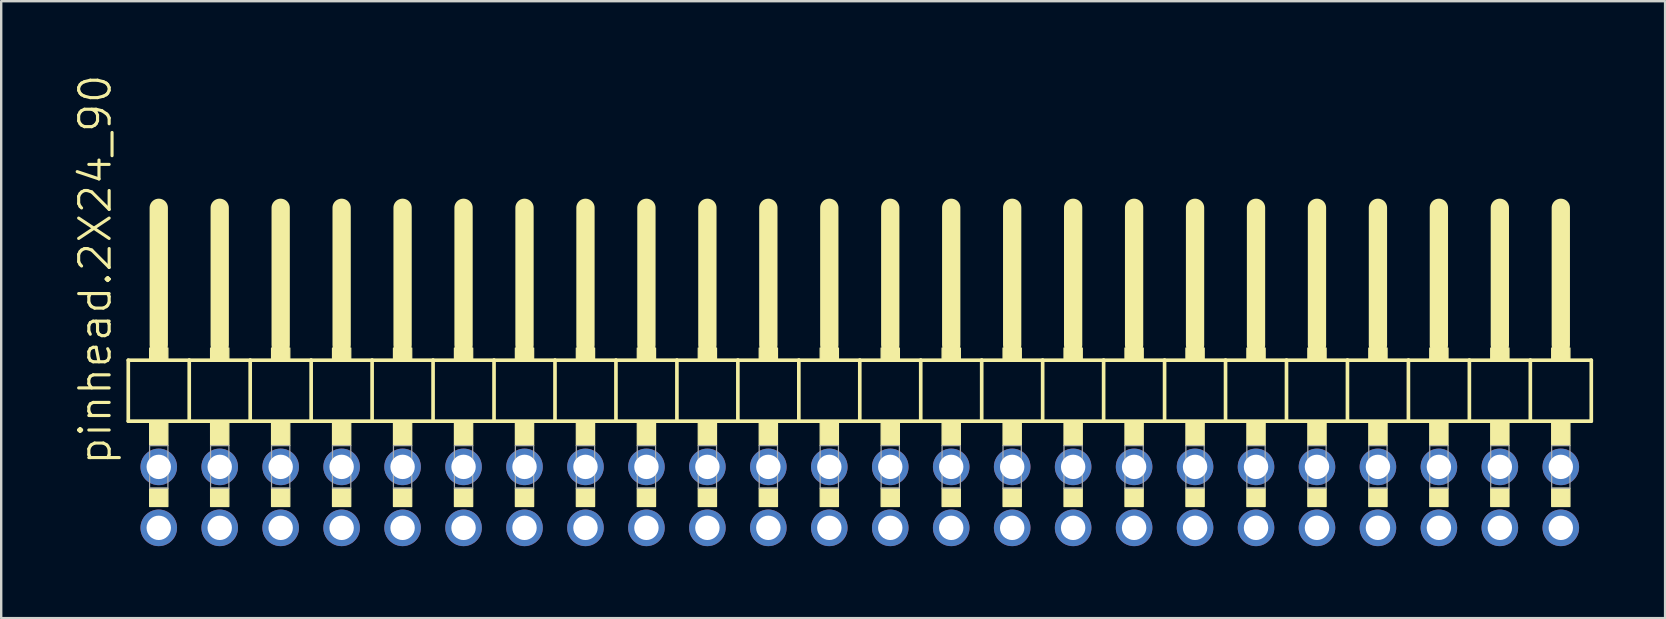
<source format=kicad_pcb>
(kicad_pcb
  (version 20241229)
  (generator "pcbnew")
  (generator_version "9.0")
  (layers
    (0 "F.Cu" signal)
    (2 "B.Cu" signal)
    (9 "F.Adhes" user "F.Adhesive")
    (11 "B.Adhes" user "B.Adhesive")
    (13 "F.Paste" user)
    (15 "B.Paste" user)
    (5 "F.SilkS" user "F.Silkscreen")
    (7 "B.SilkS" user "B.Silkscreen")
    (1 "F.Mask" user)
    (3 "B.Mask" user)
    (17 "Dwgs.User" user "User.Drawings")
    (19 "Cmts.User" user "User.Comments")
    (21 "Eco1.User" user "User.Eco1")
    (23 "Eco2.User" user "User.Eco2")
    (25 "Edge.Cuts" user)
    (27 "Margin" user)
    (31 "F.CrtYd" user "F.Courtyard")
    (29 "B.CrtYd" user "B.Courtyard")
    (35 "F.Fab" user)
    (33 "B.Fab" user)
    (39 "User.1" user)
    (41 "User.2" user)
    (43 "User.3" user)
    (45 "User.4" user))
  (footprint "pinhead.2X24_90"
    (layer "F.Cu")
    (at 32.775 12.594)
    (property "Reference" "pinhead.2X24_90" (at -31.115 3.81 90) (layer "F.SilkS") (effects (font (size 1.27 1.27) (thickness 0.13)) (justify left bottom)))
    (attr through_hole)
    (fp_line (start -30.48 -0.635) (end -30.48 1.905) (stroke (width 0.152) (type default)) (layer "F.SilkS"))
    (fp_line (start -30.48 1.905) (end -27.94 1.905) (stroke (width 0.152) (type default)) (layer "F.SilkS"))
    (fp_line (start -29.21 -6.985) (end -29.21 -1.27) (stroke (width 0.762) (type default)) (layer "F.SilkS"))
    (fp_line (start -27.94 -0.635) (end -30.48 -0.635) (stroke (width 0.152) (type default)) (layer "F.SilkS"))
    (fp_line (start -27.94 1.905) (end -27.94 -0.635) (stroke (width 0.152) (type default)) (layer "F.SilkS"))
    (fp_line (start -27.94 1.905) (end -25.4 1.905) (stroke (width 0.152) (type default)) (layer "F.SilkS"))
    (fp_line (start -26.67 -6.985) (end -26.67 -1.27) (stroke (width 0.762) (type default)) (layer "F.SilkS"))
    (fp_line (start -25.4 -0.635) (end -27.94 -0.635) (stroke (width 0.152) (type default)) (layer "F.SilkS"))
    (fp_line (start -25.4 1.905) (end -25.4 -0.635) (stroke (width 0.152) (type default)) (layer "F.SilkS"))
    (fp_line (start -25.4 1.905) (end -22.86 1.905) (stroke (width 0.152) (type default)) (layer "F.SilkS"))
    (fp_line (start -24.13 -6.985) (end -24.13 -1.27) (stroke (width 0.762) (type default)) (layer "F.SilkS"))
    (fp_line (start -22.86 -0.635) (end -25.4 -0.635) (stroke (width 0.152) (type default)) (layer "F.SilkS"))
    (fp_line (start -22.86 1.905) (end -22.86 -0.635) (stroke (width 0.152) (type default)) (layer "F.SilkS"))
    (fp_line (start -22.86 1.905) (end -20.32 1.905) (stroke (width 0.152) (type default)) (layer "F.SilkS"))
    (fp_line (start -21.59 -6.985) (end -21.59 -1.27) (stroke (width 0.762) (type default)) (layer "F.SilkS"))
    (fp_line (start -20.32 -0.635) (end -22.86 -0.635) (stroke (width 0.152) (type default)) (layer "F.SilkS"))
    (fp_line (start -20.32 1.905) (end -20.32 -0.635) (stroke (width 0.152) (type default)) (layer "F.SilkS"))
    (fp_line (start -20.32 1.905) (end -17.78 1.905) (stroke (width 0.152) (type default)) (layer "F.SilkS"))
    (fp_line (start -19.05 -6.985) (end -19.05 -1.27) (stroke (width 0.762) (type default)) (layer "F.SilkS"))
    (fp_line (start -17.78 -0.635) (end -20.32 -0.635) (stroke (width 0.152) (type default)) (layer "F.SilkS"))
    (fp_line (start -17.78 1.905) (end -17.78 -0.635) (stroke (width 0.152) (type default)) (layer "F.SilkS"))
    (fp_line (start -17.78 1.905) (end -15.24 1.905) (stroke (width 0.152) (type default)) (layer "F.SilkS"))
    (fp_line (start -16.51 -6.985) (end -16.51 -1.27) (stroke (width 0.762) (type default)) (layer "F.SilkS"))
    (fp_line (start -15.24 -0.635) (end -17.78 -0.635) (stroke (width 0.152) (type default)) (layer "F.SilkS"))
    (fp_line (start -15.24 1.905) (end -15.24 -0.635) (stroke (width 0.152) (type default)) (layer "F.SilkS"))
    (fp_line (start -15.24 1.905) (end -12.7 1.905) (stroke (width 0.152) (type default)) (layer "F.SilkS"))
    (fp_line (start -13.97 -6.985) (end -13.97 -1.27) (stroke (width 0.762) (type default)) (layer "F.SilkS"))
    (fp_line (start -12.7 -0.635) (end -15.24 -0.635) (stroke (width 0.152) (type default)) (layer "F.SilkS"))
    (fp_line (start -12.7 1.905) (end -12.7 -0.635) (stroke (width 0.152) (type default)) (layer "F.SilkS"))
    (fp_line (start -12.7 1.905) (end -10.16 1.905) (stroke (width 0.152) (type default)) (layer "F.SilkS"))
    (fp_line (start -11.43 -6.985) (end -11.43 -1.27) (stroke (width 0.762) (type default)) (layer "F.SilkS"))
    (fp_line (start -10.16 -0.635) (end -12.7 -0.635) (stroke (width 0.152) (type default)) (layer "F.SilkS"))
    (fp_line (start -10.16 1.905) (end -10.16 -0.635) (stroke (width 0.152) (type default)) (layer "F.SilkS"))
    (fp_line (start -10.16 1.905) (end -7.62 1.905) (stroke (width 0.152) (type default)) (layer "F.SilkS"))
    (fp_line (start -8.89 -6.985) (end -8.89 -1.27) (stroke (width 0.762) (type default)) (layer "F.SilkS"))
    (fp_line (start -7.62 -0.635) (end -10.16 -0.635) (stroke (width 0.152) (type default)) (layer "F.SilkS"))
    (fp_line (start -7.62 1.905) (end -7.62 -0.635) (stroke (width 0.152) (type default)) (layer "F.SilkS"))
    (fp_line (start -7.62 1.905) (end -5.08 1.905) (stroke (width 0.152) (type default)) (layer "F.SilkS"))
    (fp_line (start -6.35 -6.985) (end -6.35 -1.27) (stroke (width 0.762) (type default)) (layer "F.SilkS"))
    (fp_line (start -5.08 -0.635) (end -7.62 -0.635) (stroke (width 0.152) (type default)) (layer "F.SilkS"))
    (fp_line (start -5.08 1.905) (end -5.08 -0.635) (stroke (width 0.152) (type default)) (layer "F.SilkS"))
    (fp_line (start -5.08 1.905) (end -2.54 1.905) (stroke (width 0.152) (type default)) (layer "F.SilkS"))
    (fp_line (start -3.81 -6.985) (end -3.81 -1.27) (stroke (width 0.762) (type default)) (layer "F.SilkS"))
    (fp_line (start -2.54 -0.635) (end -5.08 -0.635) (stroke (width 0.152) (type default)) (layer "F.SilkS"))
    (fp_line (start -2.54 1.905) (end -2.54 -0.635) (stroke (width 0.152) (type default)) (layer "F.SilkS"))
    (fp_line (start -2.54 1.905) (end 0 1.905) (stroke (width 0.152) (type default)) (layer "F.SilkS"))
    (fp_line (start -1.27 -6.985) (end -1.27 -1.27) (stroke (width 0.762) (type default)) (layer "F.SilkS"))
    (fp_line (start 0 -0.635) (end -2.54 -0.635) (stroke (width 0.152) (type default)) (layer "F.SilkS"))
    (fp_line (start 0 1.905) (end 0 -0.635) (stroke (width 0.152) (type default)) (layer "F.SilkS"))
    (fp_line (start 0 1.905) (end 2.54 1.905) (stroke (width 0.152) (type default)) (layer "F.SilkS"))
    (fp_line (start 1.27 -6.985) (end 1.27 -1.27) (stroke (width 0.762) (type default)) (layer "F.SilkS"))
    (fp_line (start 2.54 -0.635) (end 0 -0.635) (stroke (width 0.152) (type default)) (layer "F.SilkS"))
    (fp_line (start 2.54 1.905) (end 2.54 -0.635) (stroke (width 0.152) (type default)) (layer "F.SilkS"))
    (fp_line (start 2.54 1.905) (end 5.08 1.905) (stroke (width 0.152) (type default)) (layer "F.SilkS"))
    (fp_line (start 3.81 -6.985) (end 3.81 -1.27) (stroke (width 0.762) (type default)) (layer "F.SilkS"))
    (fp_line (start 5.08 -0.635) (end 2.54 -0.635) (stroke (width 0.152) (type default)) (layer "F.SilkS"))
    (fp_line (start 5.08 1.905) (end 5.08 -0.635) (stroke (width 0.152) (type default)) (layer "F.SilkS"))
    (fp_line (start 5.08 1.905) (end 7.62 1.905) (stroke (width 0.152) (type default)) (layer "F.SilkS"))
    (fp_line (start 6.35 -6.985) (end 6.35 -1.27) (stroke (width 0.762) (type default)) (layer "F.SilkS"))
    (fp_line (start 7.62 -0.635) (end 5.08 -0.635) (stroke (width 0.152) (type default)) (layer "F.SilkS"))
    (fp_line (start 7.62 1.905) (end 7.62 -0.635) (stroke (width 0.152) (type default)) (layer "F.SilkS"))
    (fp_line (start 7.62 1.905) (end 10.16 1.905) (stroke (width 0.152) (type default)) (layer "F.SilkS"))
    (fp_line (start 8.89 -6.985) (end 8.89 -1.27) (stroke (width 0.762) (type default)) (layer "F.SilkS"))
    (fp_line (start 10.16 -0.635) (end 7.62 -0.635) (stroke (width 0.152) (type default)) (layer "F.SilkS"))
    (fp_line (start 10.16 1.905) (end 10.16 -0.635) (stroke (width 0.152) (type default)) (layer "F.SilkS"))
    (fp_line (start 10.16 1.905) (end 12.7 1.905) (stroke (width 0.152) (type default)) (layer "F.SilkS"))
    (fp_line (start 11.43 -6.985) (end 11.43 -1.27) (stroke (width 0.762) (type default)) (layer "F.SilkS"))
    (fp_line (start 12.7 -0.635) (end 10.16 -0.635) (stroke (width 0.152) (type default)) (layer "F.SilkS"))
    (fp_line (start 12.7 1.905) (end 12.7 -0.635) (stroke (width 0.152) (type default)) (layer "F.SilkS"))
    (fp_line (start 12.7 1.905) (end 15.24 1.905) (stroke (width 0.152) (type default)) (layer "F.SilkS"))
    (fp_line (start 13.97 -6.985) (end 13.97 -1.27) (stroke (width 0.762) (type default)) (layer "F.SilkS"))
    (fp_line (start 15.24 -0.635) (end 12.7 -0.635) (stroke (width 0.152) (type default)) (layer "F.SilkS"))
    (fp_line (start 15.24 1.905) (end 15.24 -0.635) (stroke (width 0.152) (type default)) (layer "F.SilkS"))
    (fp_line (start 15.24 1.905) (end 17.78 1.905) (stroke (width 0.152) (type default)) (layer "F.SilkS"))
    (fp_line (start 16.51 -6.985) (end 16.51 -1.27) (stroke (width 0.762) (type default)) (layer "F.SilkS"))
    (fp_line (start 17.78 -0.635) (end 15.24 -0.635) (stroke (width 0.152) (type default)) (layer "F.SilkS"))
    (fp_line (start 17.78 1.905) (end 17.78 -0.635) (stroke (width 0.152) (type default)) (layer "F.SilkS"))
    (fp_line (start 17.78 1.905) (end 20.32 1.905) (stroke (width 0.152) (type default)) (layer "F.SilkS"))
    (fp_line (start 19.05 -6.985) (end 19.05 -1.27) (stroke (width 0.762) (type default)) (layer "F.SilkS"))
    (fp_line (start 20.32 -0.635) (end 17.78 -0.635) (stroke (width 0.152) (type default)) (layer "F.SilkS"))
    (fp_line (start 20.32 1.905) (end 20.32 -0.635) (stroke (width 0.152) (type default)) (layer "F.SilkS"))
    (fp_line (start 20.32 1.905) (end 22.86 1.905) (stroke (width 0.152) (type default)) (layer "F.SilkS"))
    (fp_line (start 21.59 -6.985) (end 21.59 -1.27) (stroke (width 0.762) (type default)) (layer "F.SilkS"))
    (fp_line (start 22.86 -0.635) (end 20.32 -0.635) (stroke (width 0.152) (type default)) (layer "F.SilkS"))
    (fp_line (start 22.86 1.905) (end 22.86 -0.635) (stroke (width 0.152) (type default)) (layer "F.SilkS"))
    (fp_line (start 22.86 1.905) (end 25.4 1.905) (stroke (width 0.152) (type default)) (layer "F.SilkS"))
    (fp_line (start 24.13 -6.985) (end 24.13 -1.27) (stroke (width 0.762) (type default)) (layer "F.SilkS"))
    (fp_line (start 25.4 -0.635) (end 22.86 -0.635) (stroke (width 0.152) (type default)) (layer "F.SilkS"))
    (fp_line (start 25.4 1.905) (end 25.4 -0.635) (stroke (width 0.152) (type default)) (layer "F.SilkS"))
    (fp_line (start 25.4 1.905) (end 27.94 1.905) (stroke (width 0.152) (type default)) (layer "F.SilkS"))
    (fp_line (start 26.67 -6.985) (end 26.67 -1.27) (stroke (width 0.762) (type default)) (layer "F.SilkS"))
    (fp_line (start 27.94 -0.635) (end 25.4 -0.635) (stroke (width 0.152) (type default)) (layer "F.SilkS"))
    (fp_line (start 27.94 1.905) (end 27.94 -0.635) (stroke (width 0.152) (type default)) (layer "F.SilkS"))
    (fp_line (start 27.94 1.905) (end 30.48 1.905) (stroke (width 0.152) (type default)) (layer "F.SilkS"))
    (fp_line (start 29.21 -6.985) (end 29.21 -1.27) (stroke (width 0.762) (type default)) (layer "F.SilkS"))
    (fp_line (start 30.48 -0.635) (end 27.94 -0.635) (stroke (width 0.152) (type default)) (layer "F.SilkS"))
    (fp_line (start 30.48 1.905) (end 30.48 -0.635) (stroke (width 0.152) (type default)) (layer "F.SilkS"))
    (fp_rect (start -29.591 -0.635) (end -28.829 -1.143) (stroke (width 0.05) (type default)) (fill yes) (layer "F.SilkS"))
    (fp_rect (start -29.591 2.921) (end -28.829 1.905) (stroke (width 0.05) (type default)) (fill yes) (layer "F.SilkS"))
    (fp_rect (start -29.591 5.461) (end -28.829 4.699) (stroke (width 0.05) (type default)) (fill yes) (layer "F.SilkS"))
    (fp_rect (start -27.051 -0.635) (end -26.289 -1.143) (stroke (width 0.05) (type default)) (fill yes) (layer "F.SilkS"))
    (fp_rect (start -27.051 2.921) (end -26.289 1.905) (stroke (width 0.05) (type default)) (fill yes) (layer "F.SilkS"))
    (fp_rect (start -27.051 5.461) (end -26.289 4.699) (stroke (width 0.05) (type default)) (fill yes) (layer "F.SilkS"))
    (fp_rect (start -24.511 -0.635) (end -23.749 -1.143) (stroke (width 0.05) (type default)) (fill yes) (layer "F.SilkS"))
    (fp_rect (start -24.511 2.921) (end -23.749 1.905) (stroke (width 0.05) (type default)) (fill yes) (layer "F.SilkS"))
    (fp_rect (start -24.511 5.461) (end -23.749 4.699) (stroke (width 0.05) (type default)) (fill yes) (layer "F.SilkS"))
    (fp_rect (start -21.971 -0.635) (end -21.209 -1.143) (stroke (width 0.05) (type default)) (fill yes) (layer "F.SilkS"))
    (fp_rect (start -21.971 2.921) (end -21.209 1.905) (stroke (width 0.05) (type default)) (fill yes) (layer "F.SilkS"))
    (fp_rect (start -21.971 5.461) (end -21.209 4.699) (stroke (width 0.05) (type default)) (fill yes) (layer "F.SilkS"))
    (fp_rect (start -19.431 -0.635) (end -18.669 -1.143) (stroke (width 0.05) (type default)) (fill yes) (layer "F.SilkS"))
    (fp_rect (start -19.431 2.921) (end -18.669 1.905) (stroke (width 0.05) (type default)) (fill yes) (layer "F.SilkS"))
    (fp_rect (start -19.431 5.461) (end -18.669 4.699) (stroke (width 0.05) (type default)) (fill yes) (layer "F.SilkS"))
    (fp_rect (start -16.891 -0.635) (end -16.129 -1.143) (stroke (width 0.05) (type default)) (fill yes) (layer "F.SilkS"))
    (fp_rect (start -16.891 2.921) (end -16.129 1.905) (stroke (width 0.05) (type default)) (fill yes) (layer "F.SilkS"))
    (fp_rect (start -16.891 5.461) (end -16.129 4.699) (stroke (width 0.05) (type default)) (fill yes) (layer "F.SilkS"))
    (fp_rect (start -14.351 -0.635) (end -13.589 -1.143) (stroke (width 0.05) (type default)) (fill yes) (layer "F.SilkS"))
    (fp_rect (start -14.351 2.921) (end -13.589 1.905) (stroke (width 0.05) (type default)) (fill yes) (layer "F.SilkS"))
    (fp_rect (start -14.351 5.461) (end -13.589 4.699) (stroke (width 0.05) (type default)) (fill yes) (layer "F.SilkS"))
    (fp_rect (start -11.811 -0.635) (end -11.049 -1.143) (stroke (width 0.05) (type default)) (fill yes) (layer "F.SilkS"))
    (fp_rect (start -11.811 2.921) (end -11.049 1.905) (stroke (width 0.05) (type default)) (fill yes) (layer "F.SilkS"))
    (fp_rect (start -11.811 5.461) (end -11.049 4.699) (stroke (width 0.05) (type default)) (fill yes) (layer "F.SilkS"))
    (fp_rect (start -9.271 -0.635) (end -8.509 -1.143) (stroke (width 0.05) (type default)) (fill yes) (layer "F.SilkS"))
    (fp_rect (start -9.271 2.921) (end -8.509 1.905) (stroke (width 0.05) (type default)) (fill yes) (layer "F.SilkS"))
    (fp_rect (start -9.271 5.461) (end -8.509 4.699) (stroke (width 0.05) (type default)) (fill yes) (layer "F.SilkS"))
    (fp_rect (start -6.731 -0.635) (end -5.969 -1.143) (stroke (width 0.05) (type default)) (fill yes) (layer "F.SilkS"))
    (fp_rect (start -6.731 2.921) (end -5.969 1.905) (stroke (width 0.05) (type default)) (fill yes) (layer "F.SilkS"))
    (fp_rect (start -6.731 5.461) (end -5.969 4.699) (stroke (width 0.05) (type default)) (fill yes) (layer "F.SilkS"))
    (fp_rect (start -4.191 -0.635) (end -3.429 -1.143) (stroke (width 0.05) (type default)) (fill yes) (layer "F.SilkS"))
    (fp_rect (start -4.191 2.921) (end -3.429 1.905) (stroke (width 0.05) (type default)) (fill yes) (layer "F.SilkS"))
    (fp_rect (start -4.191 5.461) (end -3.429 4.699) (stroke (width 0.05) (type default)) (fill yes) (layer "F.SilkS"))
    (fp_rect (start -1.651 -0.635) (end -0.889 -1.143) (stroke (width 0.05) (type default)) (fill yes) (layer "F.SilkS"))
    (fp_rect (start -1.651 2.921) (end -0.889 1.905) (stroke (width 0.05) (type default)) (fill yes) (layer "F.SilkS"))
    (fp_rect (start -1.651 5.461) (end -0.889 4.699) (stroke (width 0.05) (type default)) (fill yes) (layer "F.SilkS"))
    (fp_rect (start 0.889 -0.635) (end 1.651 -1.143) (stroke (width 0.05) (type default)) (fill yes) (layer "F.SilkS"))
    (fp_rect (start 0.889 2.921) (end 1.651 1.905) (stroke (width 0.05) (type default)) (fill yes) (layer "F.SilkS"))
    (fp_rect (start 0.889 5.461) (end 1.651 4.699) (stroke (width 0.05) (type default)) (fill yes) (layer "F.SilkS"))
    (fp_rect (start 3.429 -0.635) (end 4.191 -1.143) (stroke (width 0.05) (type default)) (fill yes) (layer "F.SilkS"))
    (fp_rect (start 3.429 2.921) (end 4.191 1.905) (stroke (width 0.05) (type default)) (fill yes) (layer "F.SilkS"))
    (fp_rect (start 3.429 5.461) (end 4.191 4.699) (stroke (width 0.05) (type default)) (fill yes) (layer "F.SilkS"))
    (fp_rect (start 5.969 -0.635) (end 6.731 -1.143) (stroke (width 0.05) (type default)) (fill yes) (layer "F.SilkS"))
    (fp_rect (start 5.969 2.921) (end 6.731 1.905) (stroke (width 0.05) (type default)) (fill yes) (layer "F.SilkS"))
    (fp_rect (start 5.969 5.461) (end 6.731 4.699) (stroke (width 0.05) (type default)) (fill yes) (layer "F.SilkS"))
    (fp_rect (start 8.509 -0.635) (end 9.271 -1.143) (stroke (width 0.05) (type default)) (fill yes) (layer "F.SilkS"))
    (fp_rect (start 8.509 2.921) (end 9.271 1.905) (stroke (width 0.05) (type default)) (fill yes) (layer "F.SilkS"))
    (fp_rect (start 8.509 5.461) (end 9.271 4.699) (stroke (width 0.05) (type default)) (fill yes) (layer "F.SilkS"))
    (fp_rect (start 11.049 -0.635) (end 11.811 -1.143) (stroke (width 0.05) (type default)) (fill yes) (layer "F.SilkS"))
    (fp_rect (start 11.049 2.921) (end 11.811 1.905) (stroke (width 0.05) (type default)) (fill yes) (layer "F.SilkS"))
    (fp_rect (start 11.049 5.461) (end 11.811 4.699) (stroke (width 0.05) (type default)) (fill yes) (layer "F.SilkS"))
    (fp_rect (start 13.589 -0.635) (end 14.351 -1.143) (stroke (width 0.05) (type default)) (fill yes) (layer "F.SilkS"))
    (fp_rect (start 13.589 2.921) (end 14.351 1.905) (stroke (width 0.05) (type default)) (fill yes) (layer "F.SilkS"))
    (fp_rect (start 13.589 5.461) (end 14.351 4.699) (stroke (width 0.05) (type default)) (fill yes) (layer "F.SilkS"))
    (fp_rect (start 16.129 -0.635) (end 16.891 -1.143) (stroke (width 0.05) (type default)) (fill yes) (layer "F.SilkS"))
    (fp_rect (start 16.129 2.921) (end 16.891 1.905) (stroke (width 0.05) (type default)) (fill yes) (layer "F.SilkS"))
    (fp_rect (start 16.129 5.461) (end 16.891 4.699) (stroke (width 0.05) (type default)) (fill yes) (layer "F.SilkS"))
    (fp_rect (start 18.669 -0.635) (end 19.431 -1.143) (stroke (width 0.05) (type default)) (fill yes) (layer "F.SilkS"))
    (fp_rect (start 18.669 2.921) (end 19.431 1.905) (stroke (width 0.05) (type default)) (fill yes) (layer "F.SilkS"))
    (fp_rect (start 18.669 5.461) (end 19.431 4.699) (stroke (width 0.05) (type default)) (fill yes) (layer "F.SilkS"))
    (fp_rect (start 21.209 -0.635) (end 21.971 -1.143) (stroke (width 0.05) (type default)) (fill yes) (layer "F.SilkS"))
    (fp_rect (start 21.209 2.921) (end 21.971 1.905) (stroke (width 0.05) (type default)) (fill yes) (layer "F.SilkS"))
    (fp_rect (start 21.209 5.461) (end 21.971 4.699) (stroke (width 0.05) (type default)) (fill yes) (layer "F.SilkS"))
    (fp_rect (start 23.749 -0.635) (end 24.511 -1.143) (stroke (width 0.05) (type default)) (fill yes) (layer "F.SilkS"))
    (fp_rect (start 23.749 2.921) (end 24.511 1.905) (stroke (width 0.05) (type default)) (fill yes) (layer "F.SilkS"))
    (fp_rect (start 23.749 5.461) (end 24.511 4.699) (stroke (width 0.05) (type default)) (fill yes) (layer "F.SilkS"))
    (fp_rect (start 26.289 -0.635) (end 27.051 -1.143) (stroke (width 0.05) (type default)) (fill yes) (layer "F.SilkS"))
    (fp_rect (start 26.289 2.921) (end 27.051 1.905) (stroke (width 0.05) (type default)) (fill yes) (layer "F.SilkS"))
    (fp_rect (start 26.289 5.461) (end 27.051 4.699) (stroke (width 0.05) (type default)) (fill yes) (layer "F.SilkS"))
    (fp_rect (start 28.829 -0.635) (end 29.591 -1.143) (stroke (width 0.05) (type default)) (fill yes) (layer "F.SilkS"))
    (fp_rect (start 28.829 2.921) (end 29.591 1.905) (stroke (width 0.05) (type default)) (fill yes) (layer "F.SilkS"))
    (fp_rect (start 28.829 5.461) (end 29.591 4.699) (stroke (width 0.05) (type default)) (fill yes) (layer "F.SilkS"))
    (fp_rect (start -29.591 4.699) (end -28.829 2.921) (stroke (width 0.05) (type default)) (fill no) (layer "F.Fab"))
    (fp_rect (start -27.051 4.699) (end -26.289 2.921) (stroke (width 0.05) (type default)) (fill no) (layer "F.Fab"))
    (fp_rect (start -24.511 4.699) (end -23.749 2.921) (stroke (width 0.05) (type default)) (fill no) (layer "F.Fab"))
    (fp_rect (start -21.971 4.699) (end -21.209 2.921) (stroke (width 0.05) (type default)) (fill no) (layer "F.Fab"))
    (fp_rect (start -19.431 4.699) (end -18.669 2.921) (stroke (width 0.05) (type default)) (fill no) (layer "F.Fab"))
    (fp_rect (start -16.891 4.699) (end -16.129 2.921) (stroke (width 0.05) (type default)) (fill no) (layer "F.Fab"))
    (fp_rect (start -14.351 4.699) (end -13.589 2.921) (stroke (width 0.05) (type default)) (fill no) (layer "F.Fab"))
    (fp_rect (start -11.811 4.699) (end -11.049 2.921) (stroke (width 0.05) (type default)) (fill no) (layer "F.Fab"))
    (fp_rect (start -9.271 4.699) (end -8.509 2.921) (stroke (width 0.05) (type default)) (fill no) (layer "F.Fab"))
    (fp_rect (start -6.731 4.699) (end -5.969 2.921) (stroke (width 0.05) (type default)) (fill no) (layer "F.Fab"))
    (fp_rect (start -4.191 4.699) (end -3.429 2.921) (stroke (width 0.05) (type default)) (fill no) (layer "F.Fab"))
    (fp_rect (start -1.651 4.699) (end -0.889 2.921) (stroke (width 0.05) (type default)) (fill no) (layer "F.Fab"))
    (fp_rect (start 0.889 4.699) (end 1.651 2.921) (stroke (width 0.05) (type default)) (fill no) (layer "F.Fab"))
    (fp_rect (start 3.429 4.699) (end 4.191 2.921) (stroke (width 0.05) (type default)) (fill no) (layer "F.Fab"))
    (fp_rect (start 5.969 4.699) (end 6.731 2.921) (stroke (width 0.05) (type default)) (fill no) (layer "F.Fab"))
    (fp_rect (start 8.509 4.699) (end 9.271 2.921) (stroke (width 0.05) (type default)) (fill no) (layer "F.Fab"))
    (fp_rect (start 11.049 4.699) (end 11.811 2.921) (stroke (width 0.05) (type default)) (fill no) (layer "F.Fab"))
    (fp_rect (start 13.589 4.699) (end 14.351 2.921) (stroke (width 0.05) (type default)) (fill no) (layer "F.Fab"))
    (fp_rect (start 16.129 4.699) (end 16.891 2.921) (stroke (width 0.05) (type default)) (fill no) (layer "F.Fab"))
    (fp_rect (start 18.669 4.699) (end 19.431 2.921) (stroke (width 0.05) (type default)) (fill no) (layer "F.Fab"))
    (fp_rect (start 21.209 4.699) (end 21.971 2.921) (stroke (width 0.05) (type default)) (fill no) (layer "F.Fab"))
    (fp_rect (start 23.749 4.699) (end 24.511 2.921) (stroke (width 0.05) (type default)) (fill no) (layer "F.Fab"))
    (fp_rect (start 26.289 4.699) (end 27.051 2.921) (stroke (width 0.05) (type default)) (fill no) (layer "F.Fab"))
    (fp_rect (start 28.829 4.699) (end 29.591 2.921) (stroke (width 0.05) (type default)) (fill no) (layer "F.Fab"))
    (pad "1" thru_hole circle (at -29.21 6.35) (size 1.524 1.524) (drill 1.016) (layers "*.Cu" "*.Mask"))
    (pad "2" thru_hole circle (at -29.21 3.81) (size 1.524 1.524) (drill 1.016) (layers "*.Cu" "*.Mask"))
    (pad "3" thru_hole circle (at -26.67 6.35) (size 1.524 1.524) (drill 1.016) (layers "*.Cu" "*.Mask"))
    (pad "4" thru_hole circle (at -26.67 3.81) (size 1.524 1.524) (drill 1.016) (layers "*.Cu" "*.Mask"))
    (pad "5" thru_hole circle (at -24.13 6.35) (size 1.524 1.524) (drill 1.016) (layers "*.Cu" "*.Mask"))
    (pad "6" thru_hole circle (at -24.13 3.81) (size 1.524 1.524) (drill 1.016) (layers "*.Cu" "*.Mask"))
    (pad "7" thru_hole circle (at -21.59 6.35) (size 1.524 1.524) (drill 1.016) (layers "*.Cu" "*.Mask"))
    (pad "8" thru_hole circle (at -21.59 3.81) (size 1.524 1.524) (drill 1.016) (layers "*.Cu" "*.Mask"))
    (pad "9" thru_hole circle (at -19.05 6.35) (size 1.524 1.524) (drill 1.016) (layers "*.Cu" "*.Mask"))
    (pad "10" thru_hole circle (at -19.05 3.81) (size 1.524 1.524) (drill 1.016) (layers "*.Cu" "*.Mask"))
    (pad "11" thru_hole circle (at -16.51 6.35) (size 1.524 1.524) (drill 1.016) (layers "*.Cu" "*.Mask"))
    (pad "12" thru_hole circle (at -16.51 3.81) (size 1.524 1.524) (drill 1.016) (layers "*.Cu" "*.Mask"))
    (pad "13" thru_hole circle (at -13.97 6.35) (size 1.524 1.524) (drill 1.016) (layers "*.Cu" "*.Mask"))
    (pad "14" thru_hole circle (at -13.97 3.81) (size 1.524 1.524) (drill 1.016) (layers "*.Cu" "*.Mask"))
    (pad "15" thru_hole circle (at -11.43 6.35) (size 1.524 1.524) (drill 1.016) (layers "*.Cu" "*.Mask"))
    (pad "16" thru_hole circle (at -11.43 3.81) (size 1.524 1.524) (drill 1.016) (layers "*.Cu" "*.Mask"))
    (pad "17" thru_hole circle (at -8.89 6.35) (size 1.524 1.524) (drill 1.016) (layers "*.Cu" "*.Mask"))
    (pad "18" thru_hole circle (at -8.89 3.81) (size 1.524 1.524) (drill 1.016) (layers "*.Cu" "*.Mask"))
    (pad "19" thru_hole circle (at -6.35 6.35) (size 1.524 1.524) (drill 1.016) (layers "*.Cu" "*.Mask"))
    (pad "20" thru_hole circle (at -6.35 3.81) (size 1.524 1.524) (drill 1.016) (layers "*.Cu" "*.Mask"))
    (pad "21" thru_hole circle (at -3.81 6.35) (size 1.524 1.524) (drill 1.016) (layers "*.Cu" "*.Mask"))
    (pad "22" thru_hole circle (at -3.81 3.81) (size 1.524 1.524) (drill 1.016) (layers "*.Cu" "*.Mask"))
    (pad "23" thru_hole circle (at -1.27 6.35) (size 1.524 1.524) (drill 1.016) (layers "*.Cu" "*.Mask"))
    (pad "24" thru_hole circle (at -1.27 3.81) (size 1.524 1.524) (drill 1.016) (layers "*.Cu" "*.Mask"))
    (pad "25" thru_hole circle (at 1.27 6.35) (size 1.524 1.524) (drill 1.016) (layers "*.Cu" "*.Mask"))
    (pad "26" thru_hole circle (at 1.27 3.81) (size 1.524 1.524) (drill 1.016) (layers "*.Cu" "*.Mask"))
    (pad "27" thru_hole circle (at 3.81 6.35) (size 1.524 1.524) (drill 1.016) (layers "*.Cu" "*.Mask"))
    (pad "28" thru_hole circle (at 3.81 3.81) (size 1.524 1.524) (drill 1.016) (layers "*.Cu" "*.Mask"))
    (pad "29" thru_hole circle (at 6.35 6.35) (size 1.524 1.524) (drill 1.016) (layers "*.Cu" "*.Mask"))
    (pad "30" thru_hole circle (at 6.35 3.81) (size 1.524 1.524) (drill 1.016) (layers "*.Cu" "*.Mask"))
    (pad "31" thru_hole circle (at 8.89 6.35) (size 1.524 1.524) (drill 1.016) (layers "*.Cu" "*.Mask"))
    (pad "32" thru_hole circle (at 8.89 3.81) (size 1.524 1.524) (drill 1.016) (layers "*.Cu" "*.Mask"))
    (pad "33" thru_hole circle (at 11.43 6.35) (size 1.524 1.524) (drill 1.016) (layers "*.Cu" "*.Mask"))
    (pad "34" thru_hole circle (at 11.43 3.81) (size 1.524 1.524) (drill 1.016) (layers "*.Cu" "*.Mask"))
    (pad "35" thru_hole circle (at 13.97 6.35) (size 1.524 1.524) (drill 1.016) (layers "*.Cu" "*.Mask"))
    (pad "36" thru_hole circle (at 13.97 3.81) (size 1.524 1.524) (drill 1.016) (layers "*.Cu" "*.Mask"))
    (pad "37" thru_hole circle (at 16.51 6.35) (size 1.524 1.524) (drill 1.016) (layers "*.Cu" "*.Mask"))
    (pad "38" thru_hole circle (at 16.51 3.81) (size 1.524 1.524) (drill 1.016) (layers "*.Cu" "*.Mask"))
    (pad "39" thru_hole circle (at 19.05 6.35) (size 1.524 1.524) (drill 1.016) (layers "*.Cu" "*.Mask"))
    (pad "40" thru_hole circle (at 19.05 3.81) (size 1.524 1.524) (drill 1.016) (layers "*.Cu" "*.Mask"))
    (pad "41" thru_hole circle (at 21.59 3.81) (size 1.524 1.524) (drill 1.016) (layers "*.Cu" "*.Mask"))
    (pad "42" thru_hole circle (at 21.59 6.35) (size 1.524 1.524) (drill 1.016) (layers "*.Cu" "*.Mask"))
    (pad "43" thru_hole circle (at 24.13 3.81) (size 1.524 1.524) (drill 1.016) (layers "*.Cu" "*.Mask"))
    (pad "44" thru_hole circle (at 24.13 6.35) (size 1.524 1.524) (drill 1.016) (layers "*.Cu" "*.Mask"))
    (pad "45" thru_hole circle (at 26.67 3.81) (size 1.524 1.524) (drill 1.016) (layers "*.Cu" "*.Mask"))
    (pad "46" thru_hole circle (at 26.67 6.35) (size 1.524 1.524) (drill 1.016) (layers "*.Cu" "*.Mask"))
    (pad "47" thru_hole circle (at 29.21 3.81) (size 1.524 1.524) (drill 1.016) (layers "*.Cu" "*.Mask"))
    (pad "48" thru_hole circle (at 29.21 6.35) (size 1.524 1.524) (drill 1.016) (layers "*.Cu" "*.Mask")))
  (gr_rect
    (start -3 -3)
    (end 66.331 22.706)
    (stroke (width 0.1) (type default))
    (fill no)
    (layer "Edge.Cuts")))
</source>
